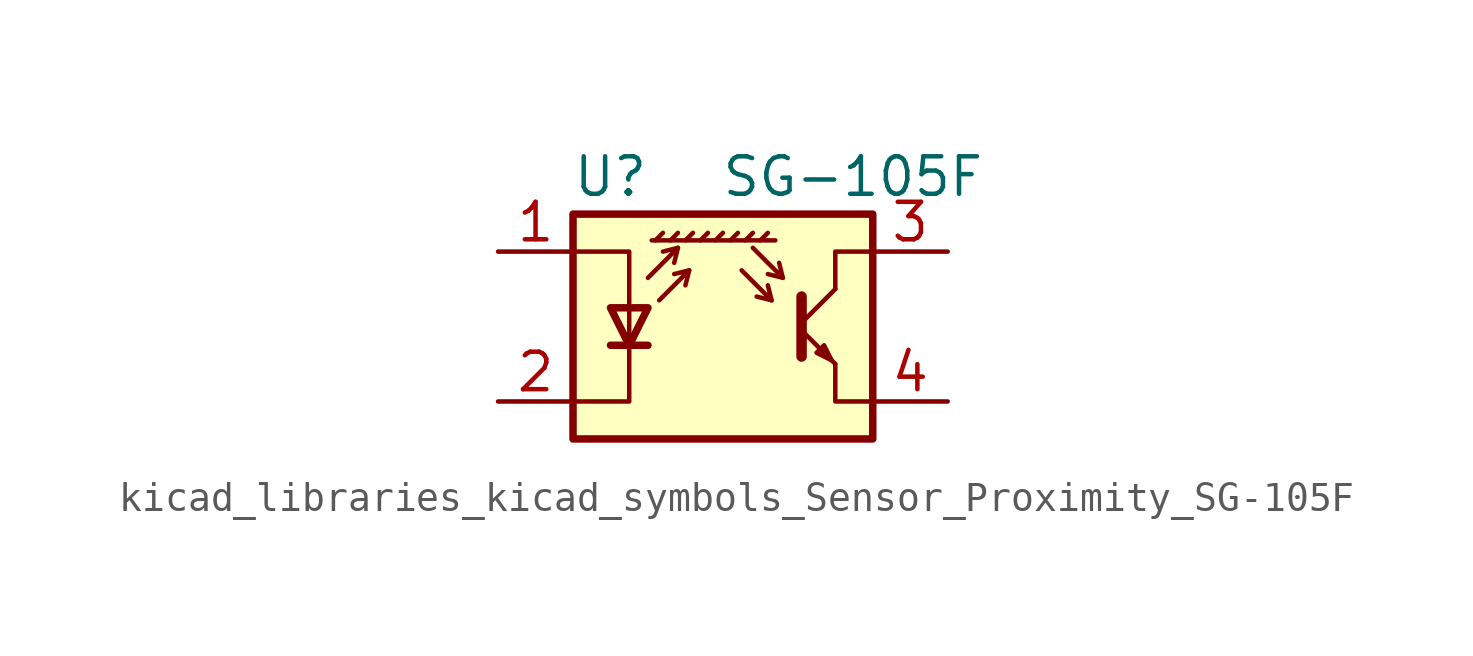
<source format=kicad_sym>
(kicad_symbol_lib
  (version 20220914)
  (generator kicad_symbol_editor)
  (symbol "kicad_libraries_kicad_symbols_Sensor_Proximity_SG-105F"
    (pin_names
      (offset 1.016) hide)
    (property "Reference" "U"
      (at -3.81 5.08 0)
      (effects (font (size 1.27 1.27))))
    (property "Value" "SG-105F"
      (at 8.89 5.08 0)
      (effects (font (size 1.27 1.27)) (justify right)))
    (symbol "kicad_libraries_kicad_symbols_Sensor_Proximity_SG-105F_0_1"
      (polyline (pts (xy -3.81 -0.635) (xy -2.54 -0.635)) (stroke (width 0.254) (type default)) (fill (type none)))
      (polyline (pts (xy -2.286 2.921) (xy -2.032 3.175)) (stroke (width 0) (type default)) (fill (type none)))
      (polyline (pts (xy -1.778 2.921) (xy -1.524 3.175)) (stroke (width 0) (type default)) (fill (type none)))
      (polyline (pts (xy -1.524 2.667) (xy -1.651 2.159)) (stroke (width 0) (type default)) (fill (type none)))
      (polyline (pts (xy -1.27 2.921) (xy -1.016 3.175)) (stroke (width 0) (type default)) (fill (type none)))
      (polyline (pts (xy -1.143 1.905) (xy -1.27 1.397)) (stroke (width 0) (type default)) (fill (type none)))
      (polyline (pts (xy -0.762 2.921) (xy -0.508 3.175)) (stroke (width 0) (type default)) (fill (type none)))
      (polyline (pts (xy -0.254 2.921) (xy 0 3.175)) (stroke (width 0) (type default)) (fill (type none)))
      (polyline (pts (xy 0.254 2.921) (xy 0.508 3.175)) (stroke (width 0) (type default)) (fill (type none)))
      (polyline (pts (xy 0.762 2.921) (xy 1.016 3.175)) (stroke (width 0) (type default)) (fill (type none)))
      (polyline (pts (xy 1.27 2.921) (xy 1.524 3.175)) (stroke (width 0) (type default)) (fill (type none)))
      (polyline (pts (xy 1.651 0.889) (xy 1.143 1.016)) (stroke (width 0) (type default)) (fill (type none)))
      (polyline (pts (xy 1.778 2.921) (xy -2.413 2.921)) (stroke (width 0) (type default)) (fill (type none)))
      (polyline (pts (xy 2.032 1.651) (xy 1.524 1.778)) (stroke (width 0) (type default)) (fill (type none)))
      (polyline (pts (xy 2.667 -0.127) (xy 3.81 -1.27)) (stroke (width 0) (type default)) (fill (type none)))
      (polyline (pts (xy 2.667 0.127) (xy 3.81 1.27)) (stroke (width 0) (type default)) (fill (type none)))
      (polyline (pts (xy -2.54 1.651) (xy -1.524 2.667) (xy -2.032 2.54)) (stroke (width 0) (type default)) (fill (type none)))
      (polyline (pts (xy -2.159 0.889) (xy -1.143 1.905) (xy -1.651 1.778)) (stroke (width 0) (type default)) (fill (type none)))
      (polyline (pts (xy 0.635 1.905) (xy 1.651 0.889) (xy 1.524 1.397)) (stroke (width 0) (type default)) (fill (type none)))
      (polyline (pts (xy 1.016 2.667) (xy 2.032 1.651) (xy 1.905 2.159)) (stroke (width 0) (type default)) (fill (type none)))
      (polyline (pts (xy 2.667 1.016) (xy 2.667 -1.016) (xy 2.667 -1.016)) (stroke (width 0.356) (type default)) (fill (type none)))
      (polyline (pts (xy 3.81 -1.27) (xy 3.81 -2.54) (xy 5.08 -2.54)) (stroke (width 0) (type default)) (fill (type none)))
      (polyline (pts (xy 3.81 1.27) (xy 3.81 2.54) (xy 5.08 2.54)) (stroke (width 0) (type default)) (fill (type none)))
      (polyline (pts (xy -5.08 -2.54) (xy -3.175 -2.54) (xy -3.175 2.54) (xy -5.08 2.54)) (stroke (width 0) (type default)) (fill (type none)))
      (polyline (pts (xy -3.175 -0.635) (xy -3.81 0.635) (xy -2.54 0.635) (xy -3.175 -0.635)) (stroke (width 0.254) (type default)) (fill (type none)))
      (polyline (pts (xy 3.683 -1.143) (xy 3.429 -0.635) (xy 3.175 -0.889) (xy 3.683 -1.143)) (stroke (width 0) (type default)) (fill (type none)))
      (polyline (pts (xy -5.08 -3.81) (xy 5.08 -3.81) (xy 5.08 3.81) (xy -5.08 3.81) (xy -5.08 -3.81)) (stroke (width 0.254) (type default)) (fill (type background))))
    (symbol "kicad_libraries_kicad_symbols_Sensor_Proximity_SG-105F_1_1"
      (pin passive line (at -7.62 2.54 0) (length 2.54) (name "A" (effects (font (size 1.27 1.27)))) (number "1" (effects (font (size 1.27 1.27)))))
      (pin passive line (at -7.62 -2.54 0) (length 2.54) (name "K" (effects (font (size 1.27 1.27)))) (number "2" (effects (font (size 1.27 1.27)))))
      (pin open_collector line (at 7.62 2.54 180) (length 2.54) (name "C" (effects (font (size 1.27 1.27)))) (number "3" (effects (font (size 1.27 1.27)))))
      (pin open_emitter line (at 7.62 -2.54 180) (length 2.54) (name "E" (effects (font (size 1.27 1.27)))) (number "4" (effects (font (size 1.27 1.27))))))))
</source>
